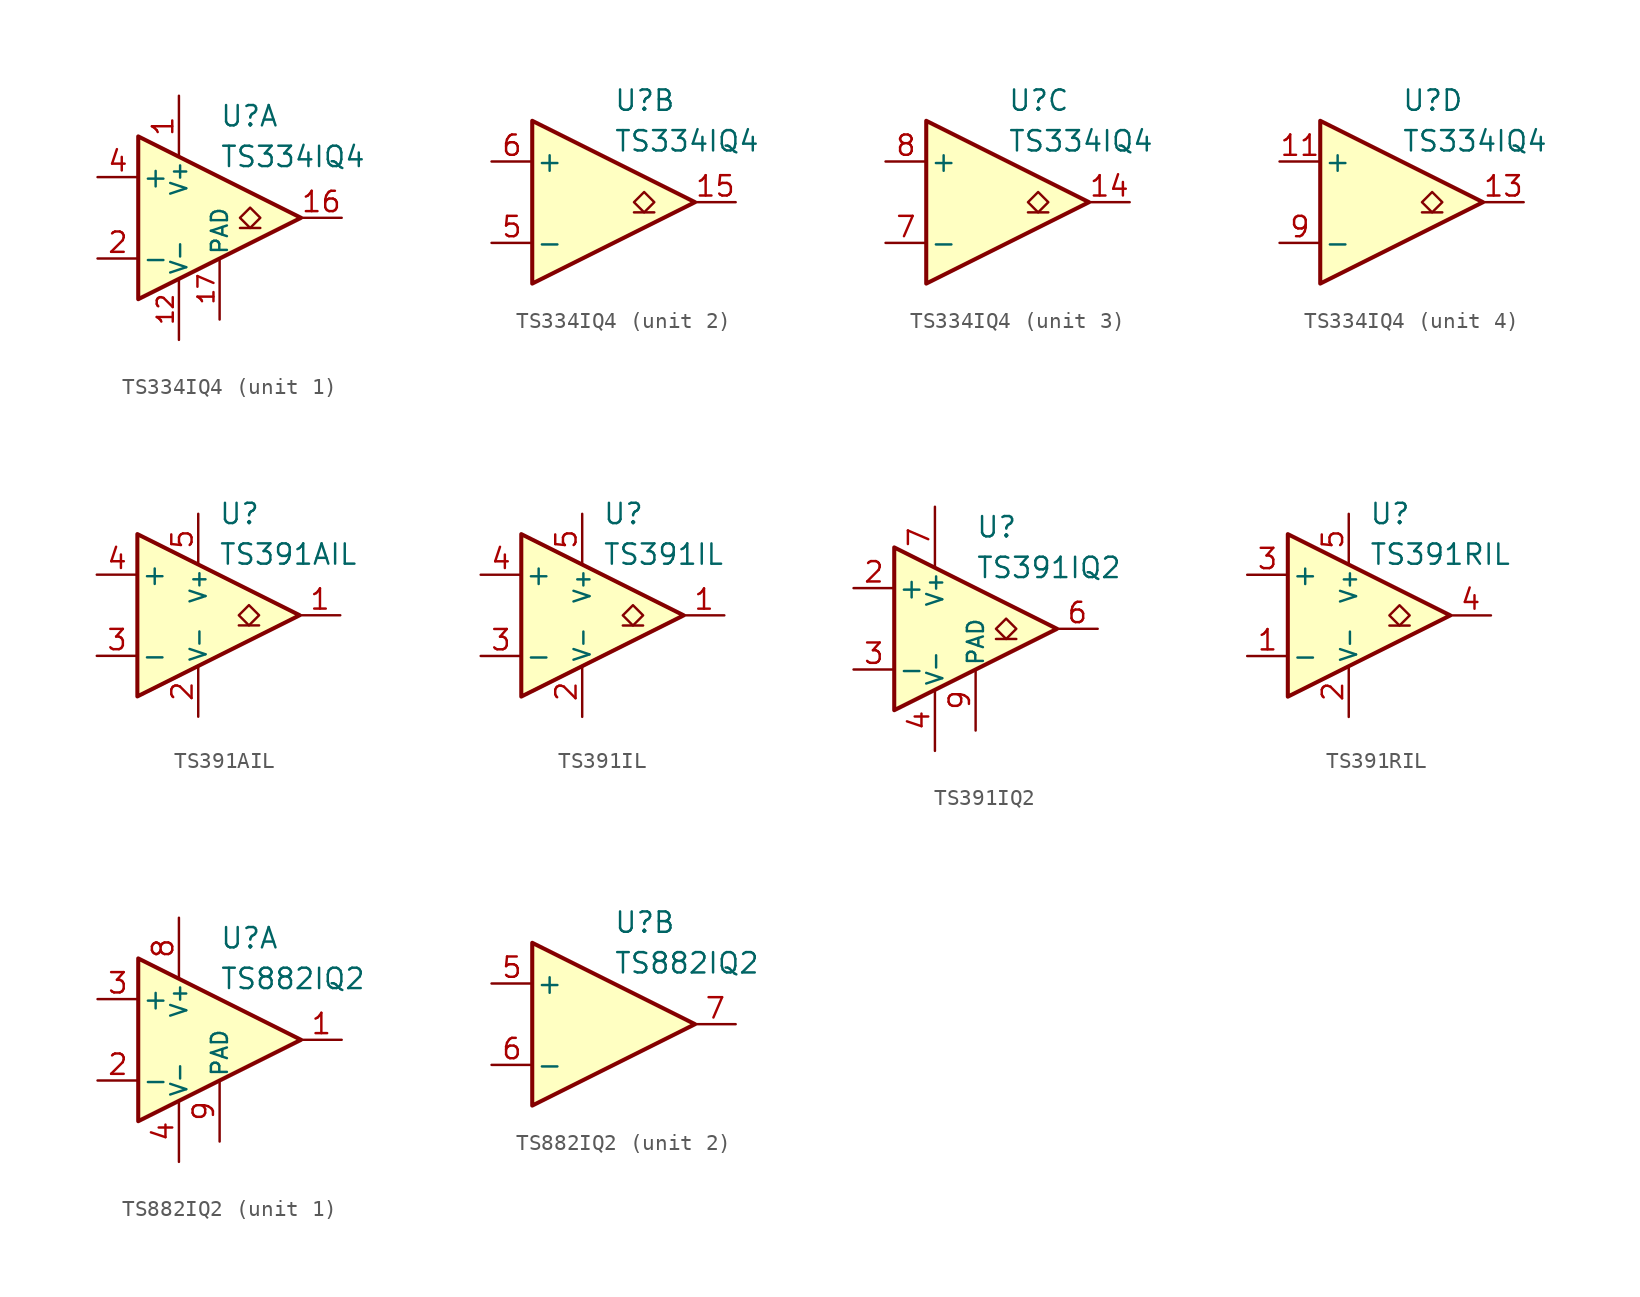
<source format=kicad_sym>
(kicad_symbol_lib
  (version 20211014)
  (generator kicad_symbol_editor)
  (symbol "TS334IQ4"
    (pin_names
      (offset 0.2))
    (property "Reference" "U"
      (at 1.27 6.35 0)
      (effects (font (size 1.27 1.27)) (justify left)))
    (property "Value" "TS334IQ4"
      (at 1.27 3.81 0)
      (effects (font (size 1.27 1.27)) (justify left)))
    (property "ki_locked" ""
      (at 0 0 0)
      (effects (font (size 1.27 1.27))))
    (symbol "TS334IQ4_0_1"
      (polyline (pts (xy -3.81 5.08) (xy -3.81 -5.08) (xy 6.35 0) (xy -3.81 5.08)) (stroke (width 0.254) (type default) (color 0 0 0 0)) (fill (type background))))
    (symbol "TS334IQ4_1_1"
      (polyline (pts (xy 3.81 -0.635) (xy 2.54 -0.635)) (stroke (width 0.152) (type default) (color 0 0 0 0)) (fill (type none)))
      (polyline (pts (xy 3.175 -0.635) (xy 2.54 0) (xy 3.175 0.635) (xy 3.81 0) (xy 3.175 -0.635)) (stroke (width 0.152) (type default) (color 0 0 0 0)) (fill (type none)))
      (pin power_in line (at -1.27 7.62 270) (length 3.81) (name "V+" (effects (font (size 1 1)))) (number "1" (effects (font (size 1.27 1.27)))))
      (pin no_connect line (at -2.54 -1.27 0) (length 2.54) hide (name "NC" (effects (font (size 1.27 1.27)))) (number "10" (effects (font (size 1.27 1.27)))))
      (pin power_in line (at -1.27 -7.62 90) (length 3.81) (name "V-" (effects (font (size 1 1)))) (number "12" (effects (font (size 1 1)))))
      (pin open_collector line (at 8.89 0 180) (length 2.54) (name "~" (effects (font (size 1.27 1.27)))) (number "16" (effects (font (size 1.27 1.27)))))
      (pin power_in line (at 1.27 -6.35 90) (length 3.81) (name "PAD" (effects (font (size 1 1)))) (number "17" (effects (font (size 1 1)))))
      (pin input line (at -6.35 -2.54 0) (length 2.54) (name "-" (effects (font (size 1.27 1.27)))) (number "2" (effects (font (size 1.27 1.27)))))
      (pin no_connect line (at -2.54 1.27 0) (length 2.54) hide (name "NC" (effects (font (size 1.27 1.27)))) (number "3" (effects (font (size 1.27 1.27)))))
      (pin input line (at -6.35 2.54 0) (length 2.54) (name "+" (effects (font (size 1.27 1.27)))) (number "4" (effects (font (size 1.27 1.27))))))
    (symbol "TS334IQ4_2_1"
      (polyline (pts (xy 3.81 -0.635) (xy 2.54 -0.635)) (stroke (width 0.152) (type default) (color 0 0 0 0)) (fill (type none)))
      (polyline (pts (xy 3.175 -0.635) (xy 2.54 0) (xy 3.175 0.635) (xy 3.81 0) (xy 3.175 -0.635)) (stroke (width 0.152) (type default) (color 0 0 0 0)) (fill (type none)))
      (pin open_collector line (at 8.89 0 180) (length 2.54) (name "~" (effects (font (size 1.27 1.27)))) (number "15" (effects (font (size 1.27 1.27)))))
      (pin input line (at -6.35 -2.54 0) (length 2.54) (name "-" (effects (font (size 1.27 1.27)))) (number "5" (effects (font (size 1.27 1.27)))))
      (pin input line (at -6.35 2.54 0) (length 2.54) (name "+" (effects (font (size 1.27 1.27)))) (number "6" (effects (font (size 1.27 1.27))))))
    (symbol "TS334IQ4_3_1"
      (polyline (pts (xy 3.81 -0.635) (xy 2.54 -0.635)) (stroke (width 0.152) (type default) (color 0 0 0 0)) (fill (type none)))
      (polyline (pts (xy 3.175 -0.635) (xy 2.54 0) (xy 3.175 0.635) (xy 3.81 0) (xy 3.175 -0.635)) (stroke (width 0.152) (type default) (color 0 0 0 0)) (fill (type none)))
      (pin open_collector line (at 8.89 0 180) (length 2.54) (name "~" (effects (font (size 1.27 1.27)))) (number "14" (effects (font (size 1.27 1.27)))))
      (pin input line (at -6.35 -2.54 0) (length 2.54) (name "-" (effects (font (size 1.27 1.27)))) (number "7" (effects (font (size 1.27 1.27)))))
      (pin input line (at -6.35 2.54 0) (length 2.54) (name "+" (effects (font (size 1.27 1.27)))) (number "8" (effects (font (size 1.27 1.27))))))
    (symbol "TS334IQ4_4_1"
      (polyline (pts (xy 3.81 -0.635) (xy 2.54 -0.635)) (stroke (width 0.152) (type default) (color 0 0 0 0)) (fill (type none)))
      (polyline (pts (xy 3.175 -0.635) (xy 2.54 0) (xy 3.175 0.635) (xy 3.81 0) (xy 3.175 -0.635)) (stroke (width 0.152) (type default) (color 0 0 0 0)) (fill (type none)))
      (pin input line (at -6.35 2.54 0) (length 2.54) (name "+" (effects (font (size 1.27 1.27)))) (number "11" (effects (font (size 1.27 1.27)))))
      (pin open_collector line (at 8.89 0 180) (length 2.54) (name "~" (effects (font (size 1.27 1.27)))) (number "13" (effects (font (size 1.27 1.27)))))
      (pin input line (at -6.35 -2.54 0) (length 2.54) (name "-" (effects (font (size 1.27 1.27)))) (number "9" (effects (font (size 1.27 1.27)))))))
  (symbol "TS391AIL"
    (pin_names
      (offset 0.2))
    (property "Reference" "U"
      (at 1.27 6.35 0)
      (effects (font (size 1.27 1.27)) (justify left)))
    (property "Value" "TS391AIL"
      (at 1.27 3.81 0)
      (effects (font (size 1.27 1.27)) (justify left)))
    (symbol "TS391AIL_0_1"
      (polyline (pts (xy -3.81 5.08) (xy -3.81 -5.08) (xy 6.35 0) (xy -3.81 5.08)) (stroke (width 0.254) (type default) (color 0 0 0 0)) (fill (type background))))
    (symbol "TS391AIL_1_1"
      (polyline (pts (xy 3.81 -0.635) (xy 2.54 -0.635)) (stroke (width 0.152) (type default) (color 0 0 0 0)) (fill (type none)))
      (polyline (pts (xy 3.175 -0.635) (xy 2.54 0) (xy 3.175 0.635) (xy 3.81 0) (xy 3.175 -0.635)) (stroke (width 0.152) (type default) (color 0 0 0 0)) (fill (type none)))
      (pin open_collector line (at 8.89 0 180) (length 2.54) (name "~" (effects (font (size 1.27 1.27)))) (number "1" (effects (font (size 1.27 1.27)))))
      (pin power_in line (at 0 -6.35 90) (length 3.18) (name "V-" (effects (font (size 1 1)))) (number "2" (effects (font (size 1.27 1.27)))))
      (pin input line (at -6.35 -2.54 0) (length 2.54) (name "-" (effects (font (size 1.27 1.27)))) (number "3" (effects (font (size 1.27 1.27)))))
      (pin input line (at -6.35 2.54 0) (length 2.54) (name "+" (effects (font (size 1.27 1.27)))) (number "4" (effects (font (size 1.27 1.27)))))
      (pin power_in line (at 0 6.35 270) (length 3.18) (name "V+" (effects (font (size 1 1)))) (number "5" (effects (font (size 1.27 1.27)))))))
  (symbol "TS391IL"
    (pin_names
      (offset 0.2))
    (property "Reference" "U"
      (at 1.27 6.35 0)
      (effects (font (size 1.27 1.27)) (justify left)))
    (property "Value" "TS391IL"
      (at 1.27 3.81 0)
      (effects (font (size 1.27 1.27)) (justify left)))
    (symbol "TS391IL_0_1"
      (polyline (pts (xy -3.81 5.08) (xy -3.81 -5.08) (xy 6.35 0) (xy -3.81 5.08)) (stroke (width 0.254) (type default) (color 0 0 0 0)) (fill (type background))))
    (symbol "TS391IL_1_1"
      (polyline (pts (xy 3.81 -0.635) (xy 2.54 -0.635)) (stroke (width 0.152) (type default) (color 0 0 0 0)) (fill (type none)))
      (polyline (pts (xy 3.175 -0.635) (xy 2.54 0) (xy 3.175 0.635) (xy 3.81 0) (xy 3.175 -0.635)) (stroke (width 0.152) (type default) (color 0 0 0 0)) (fill (type none)))
      (pin open_collector line (at 8.89 0 180) (length 2.54) (name "~" (effects (font (size 1.27 1.27)))) (number "1" (effects (font (size 1.27 1.27)))))
      (pin power_in line (at 0 -6.35 90) (length 3.18) (name "V-" (effects (font (size 1 1)))) (number "2" (effects (font (size 1.27 1.27)))))
      (pin input line (at -6.35 -2.54 0) (length 2.54) (name "-" (effects (font (size 1.27 1.27)))) (number "3" (effects (font (size 1.27 1.27)))))
      (pin input line (at -6.35 2.54 0) (length 2.54) (name "+" (effects (font (size 1.27 1.27)))) (number "4" (effects (font (size 1.27 1.27)))))
      (pin power_in line (at 0 6.35 270) (length 3.18) (name "V+" (effects (font (size 1 1)))) (number "5" (effects (font (size 1.27 1.27)))))))
  (symbol "TS391IQ2"
    (pin_names
      (offset 0.2))
    (property "Reference" "U"
      (at 1.27 6.35 0)
      (effects (font (size 1.27 1.27)) (justify left)))
    (property "Value" "TS391IQ2"
      (at 1.27 3.81 0)
      (effects (font (size 1.27 1.27)) (justify left)))
    (symbol "TS391IQ2_0_1"
      (polyline (pts (xy -3.81 5.08) (xy -3.81 -5.08) (xy 6.35 0) (xy -3.81 5.08)) (stroke (width 0.254) (type default) (color 0 0 0 0)) (fill (type background))))
    (symbol "TS391IQ2_1_1"
      (polyline (pts (xy 3.81 -0.635) (xy 2.54 -0.635)) (stroke (width 0.152) (type default) (color 0 0 0 0)) (fill (type none)))
      (polyline (pts (xy 3.175 -0.635) (xy 2.54 0) (xy 3.175 0.635) (xy 3.81 0) (xy 3.175 -0.635)) (stroke (width 0.152) (type default) (color 0 0 0 0)) (fill (type none)))
      (pin no_connect line (at -2.54 1.27 0) (length 2.54) hide (name "NC" (effects (font (size 1.27 1.27)))) (number "1" (effects (font (size 1.27 1.27)))))
      (pin input line (at -6.35 2.54 0) (length 2.54) (name "+" (effects (font (size 1.27 1.27)))) (number "2" (effects (font (size 1.27 1.27)))))
      (pin input line (at -6.35 -2.54 0) (length 2.54) (name "-" (effects (font (size 1.27 1.27)))) (number "3" (effects (font (size 1.27 1.27)))))
      (pin power_in line (at -1.27 -7.62 90) (length 3.81) (name "V-" (effects (font (size 1 1)))) (number "4" (effects (font (size 1.27 1.27)))))
      (pin no_connect line (at -2.54 -1.27 0) (length 2.54) hide (name "NC" (effects (font (size 1.27 1.27)))) (number "5" (effects (font (size 1.27 1.27)))))
      (pin open_collector line (at 8.89 0 180) (length 2.54) (name "~" (effects (font (size 1.27 1.27)))) (number "6" (effects (font (size 1.27 1.27)))))
      (pin power_in line (at -1.27 7.62 270) (length 3.81) (name "V+" (effects (font (size 1 1)))) (number "7" (effects (font (size 1.27 1.27)))))
      (pin no_connect line (at -2.54 0 0) (length 2.54) hide (name "NC" (effects (font (size 1.27 1.27)))) (number "8" (effects (font (size 1.27 1.27)))))
      (pin power_in line (at 1.27 -6.35 90) (length 3.81) (name "PAD" (effects (font (size 1 1)))) (number "9" (effects (font (size 1.27 1.27)))))))
  (symbol "TS391RIL"
    (pin_names
      (offset 0.2))
    (property "Reference" "U"
      (at 1.27 6.35 0)
      (effects (font (size 1.27 1.27)) (justify left)))
    (property "Value" "TS391RIL"
      (at 1.27 3.81 0)
      (effects (font (size 1.27 1.27)) (justify left)))
    (symbol "TS391RIL_0_1"
      (polyline (pts (xy -3.81 5.08) (xy -3.81 -5.08) (xy 6.35 0) (xy -3.81 5.08)) (stroke (width 0.254) (type default) (color 0 0 0 0)) (fill (type background))))
    (symbol "TS391RIL_1_1"
      (polyline (pts (xy 3.81 -0.635) (xy 2.54 -0.635)) (stroke (width 0.152) (type default) (color 0 0 0 0)) (fill (type none)))
      (polyline (pts (xy 3.175 -0.635) (xy 2.54 0) (xy 3.175 0.635) (xy 3.81 0) (xy 3.175 -0.635)) (stroke (width 0.152) (type default) (color 0 0 0 0)) (fill (type none)))
      (pin input line (at -6.35 -2.54 0) (length 2.54) (name "-" (effects (font (size 1.27 1.27)))) (number "1" (effects (font (size 1.27 1.27)))))
      (pin power_in line (at 0 -6.35 90) (length 3.18) (name "V-" (effects (font (size 1 1)))) (number "2" (effects (font (size 1.27 1.27)))))
      (pin input line (at -6.35 2.54 0) (length 2.54) (name "+" (effects (font (size 1.27 1.27)))) (number "3" (effects (font (size 1.27 1.27)))))
      (pin open_collector line (at 8.89 0 180) (length 2.54) (name "~" (effects (font (size 1.27 1.27)))) (number "4" (effects (font (size 1.27 1.27)))))
      (pin power_in line (at 0 6.35 270) (length 3.18) (name "V+" (effects (font (size 1 1)))) (number "5" (effects (font (size 1.27 1.27)))))))
  (symbol "TS882IQ2"
    (pin_names
      (offset 0.2))
    (property "Reference" "U"
      (at 1.27 6.35 0)
      (effects (font (size 1.27 1.27)) (justify left)))
    (property "Value" "TS882IQ2"
      (at 1.27 3.81 0)
      (effects (font (size 1.27 1.27)) (justify left)))
    (property "ki_locked" ""
      (at 0 0 0)
      (effects (font (size 1.27 1.27))))
    (symbol "TS882IQ2_0_1"
      (polyline (pts (xy -3.81 5.08) (xy -3.81 -5.08) (xy 6.35 0) (xy -3.81 5.08)) (stroke (width 0.254) (type default) (color 0 0 0 0)) (fill (type background))))
    (symbol "TS882IQ2_1_1"
      (pin output line (at 8.89 0 180) (length 2.54) (name "~" (effects (font (size 1.27 1.27)))) (number "1" (effects (font (size 1.27 1.27)))))
      (pin input line (at -6.35 -2.54 0) (length 2.54) (name "-" (effects (font (size 1.27 1.27)))) (number "2" (effects (font (size 1.27 1.27)))))
      (pin input line (at -6.35 2.54 0) (length 2.54) (name "+" (effects (font (size 1.27 1.27)))) (number "3" (effects (font (size 1.27 1.27)))))
      (pin power_in line (at -1.27 -7.62 90) (length 3.81) (name "V-" (effects (font (size 1 1)))) (number "4" (effects (font (size 1.27 1.27)))))
      (pin power_in line (at -1.27 7.62 270) (length 3.81) (name "V+" (effects (font (size 1 1)))) (number "8" (effects (font (size 1.27 1.27)))))
      (pin power_in line (at 1.27 -6.35 90) (length 3.81) (name "PAD" (effects (font (size 1 1)))) (number "9" (effects (font (size 1.27 1.27))))))
    (symbol "TS882IQ2_2_1"
      (pin input line (at -6.35 2.54 0) (length 2.54) (name "+" (effects (font (size 1.27 1.27)))) (number "5" (effects (font (size 1.27 1.27)))))
      (pin input line (at -6.35 -2.54 0) (length 2.54) (name "-" (effects (font (size 1.27 1.27)))) (number "6" (effects (font (size 1.27 1.27)))))
      (pin output line (at 8.89 0 180) (length 2.54) (name "~" (effects (font (size 1.27 1.27)))) (number "7" (effects (font (size 1.27 1.27))))))))
</source>
